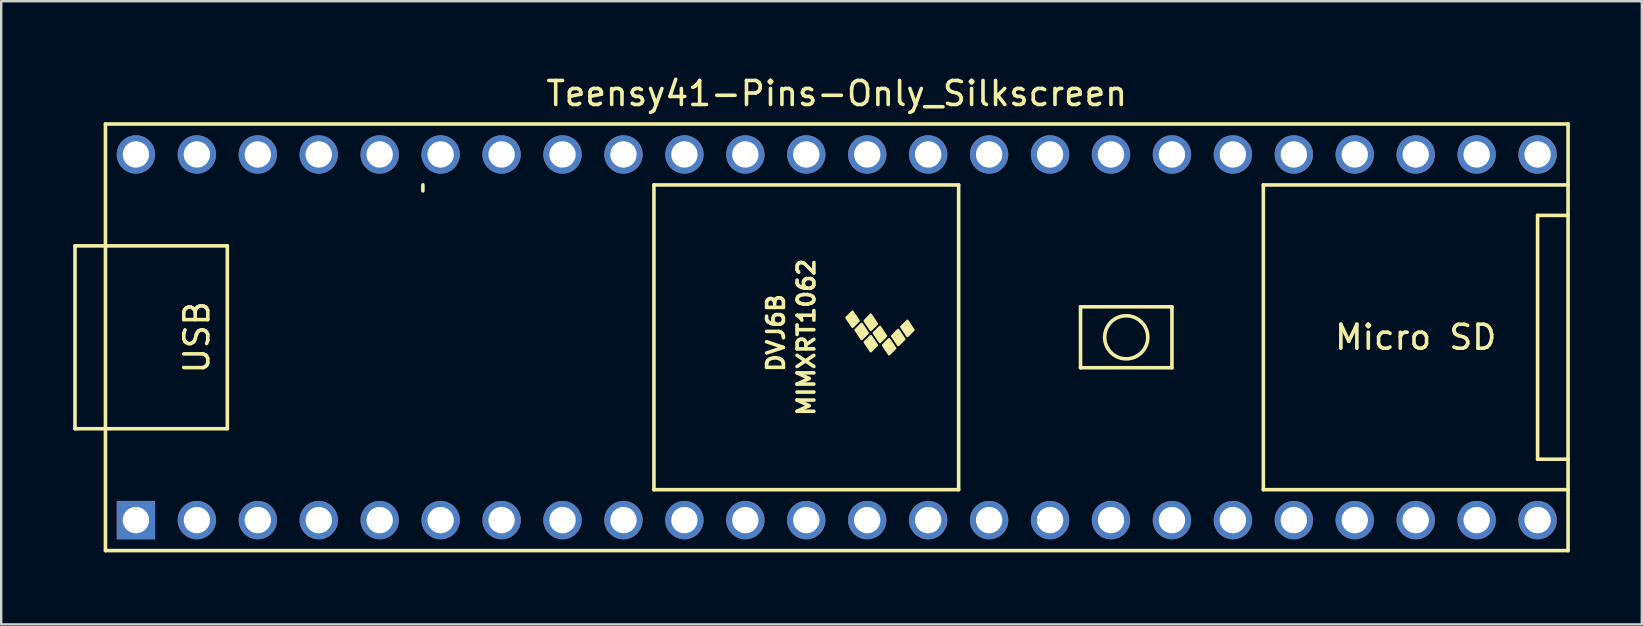
<source format=kicad_pcb>
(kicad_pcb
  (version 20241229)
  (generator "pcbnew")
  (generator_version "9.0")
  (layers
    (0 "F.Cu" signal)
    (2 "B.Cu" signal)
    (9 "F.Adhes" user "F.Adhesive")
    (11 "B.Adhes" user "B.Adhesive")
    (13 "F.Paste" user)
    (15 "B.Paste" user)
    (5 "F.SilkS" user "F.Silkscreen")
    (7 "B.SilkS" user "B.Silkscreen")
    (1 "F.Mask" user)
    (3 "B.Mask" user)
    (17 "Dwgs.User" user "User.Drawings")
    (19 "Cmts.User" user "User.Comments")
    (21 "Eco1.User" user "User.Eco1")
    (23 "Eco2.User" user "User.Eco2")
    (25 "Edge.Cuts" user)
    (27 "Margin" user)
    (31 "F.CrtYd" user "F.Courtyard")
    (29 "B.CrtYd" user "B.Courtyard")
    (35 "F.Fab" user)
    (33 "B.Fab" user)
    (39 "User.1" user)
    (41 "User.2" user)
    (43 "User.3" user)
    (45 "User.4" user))
  (footprint "Teensy41-Pins-Only_Silkscreen"
    (layer "F.Cu")
    (at 31.825 11.008)
    (property "Reference" "Teensy41-Pins-Only_Silkscreen" (at 0 -10.16 0) (layer "F.SilkS") (effects (font (size 1 1) (thickness 0.15))))
    (attr through_hole)
    (fp_line (start -31.75 -3.81) (end -30.48 -3.81) (stroke (width 0.15) (type solid)) (layer "F.SilkS"))
    (fp_line (start -31.75 3.81) (end -31.75 -3.81) (stroke (width 0.15) (type solid)) (layer "F.SilkS"))
    (fp_line (start -30.48 -8.89) (end 30.48 -8.89) (stroke (width 0.15) (type solid)) (layer "F.SilkS"))
    (fp_line (start -30.48 3.81) (end -31.75 3.81) (stroke (width 0.15) (type solid)) (layer "F.SilkS"))
    (fp_line (start -30.48 8.89) (end -30.48 -8.89) (stroke (width 0.15) (type solid)) (layer "F.SilkS"))
    (fp_line (start -25.4 -3.81) (end -30.48 -3.81) (stroke (width 0.15) (type solid)) (layer "F.SilkS"))
    (fp_line (start -25.4 3.81) (end -30.48 3.81) (stroke (width 0.15) (type solid)) (layer "F.SilkS"))
    (fp_line (start -25.4 3.81) (end -25.4 -3.81) (stroke (width 0.15) (type solid)) (layer "F.SilkS"))
    (fp_line (start -17.25 -6.352) (end -17.25 -6.102) (stroke (width 0.15) (type solid)) (layer "F.SilkS"))
    (fp_line (start -7.62 -6.35) (end -7.62 6.35) (stroke (width 0.15) (type solid)) (layer "F.SilkS"))
    (fp_line (start -7.62 6.35) (end 5.08 6.35) (stroke (width 0.15) (type solid)) (layer "F.SilkS"))
    (fp_line (start 5.08 -6.35) (end -7.62 -6.35) (stroke (width 0.15) (type solid)) (layer "F.SilkS"))
    (fp_line (start 5.08 6.35) (end 5.08 -6.35) (stroke (width 0.15) (type solid)) (layer "F.SilkS"))
    (fp_line (start 10.16 -1.27) (end 13.97 -1.27) (stroke (width 0.15) (type solid)) (layer "F.SilkS"))
    (fp_line (start 10.16 1.27) (end 10.16 -1.27) (stroke (width 0.15) (type solid)) (layer "F.SilkS"))
    (fp_line (start 13.97 -1.27) (end 13.97 1.27) (stroke (width 0.15) (type solid)) (layer "F.SilkS"))
    (fp_line (start 13.97 1.27) (end 10.16 1.27) (stroke (width 0.15) (type solid)) (layer "F.SilkS"))
    (fp_line (start 17.78 -6.35) (end 17.78 6.35) (stroke (width 0.15) (type solid)) (layer "F.SilkS"))
    (fp_line (start 17.78 6.35) (end 30.48 6.35) (stroke (width 0.15) (type solid)) (layer "F.SilkS"))
    (fp_line (start 29.21 -5.08) (end 29.21 5.08) (stroke (width 0.15) (type solid)) (layer "F.SilkS"))
    (fp_line (start 29.21 5.08) (end 30.48 5.08) (stroke (width 0.15) (type solid)) (layer "F.SilkS"))
    (fp_line (start 30.48 -8.89) (end 30.48 8.89) (stroke (width 0.15) (type solid)) (layer "F.SilkS"))
    (fp_line (start 30.48 -6.35) (end 17.78 -6.35) (stroke (width 0.15) (type solid)) (layer "F.SilkS"))
    (fp_line (start 30.48 -5.08) (end 29.21 -5.08) (stroke (width 0.15) (type solid)) (layer "F.SilkS"))
    (fp_line (start 30.48 8.89) (end -30.48 8.89) (stroke (width 0.15) (type solid)) (layer "F.SilkS"))
    (fp_circle (center 12.065 0) (end 12.7 -0.635) (stroke (width 0.15) (type solid)) (fill no) (layer "F.SilkS"))
    (fp_poly (pts (xy 0.911 -0.688) (xy 0.657 -0.434) (xy 0.403 -0.815) (xy 0.657 -1.069)) (stroke (width 0.1) (type solid)) (fill yes) (layer "F.SilkS"))
    (fp_poly (pts (xy 1.292 -0.18) (xy 1.038 0.074) (xy 0.784 -0.307) (xy 1.038 -0.561)) (stroke (width 0.1) (type solid)) (fill yes) (layer "F.SilkS"))
    (fp_poly (pts (xy 1.673 -0.561) (xy 1.419 -0.307) (xy 1.165 -0.688) (xy 1.419 -0.942)) (stroke (width 0.1) (type solid)) (fill yes) (layer "F.SilkS"))
    (fp_poly (pts (xy 1.673 0.328) (xy 1.419 0.582) (xy 1.165 0.201) (xy 1.419 -0.053)) (stroke (width 0.1) (type solid)) (fill yes) (layer "F.SilkS"))
    (fp_poly (pts (xy 2.054 -0.053) (xy 1.8 0.201) (xy 1.546 -0.18) (xy 1.8 -0.434)) (stroke (width 0.1) (type solid)) (fill yes) (layer "F.SilkS"))
    (fp_poly (pts (xy 2.435 0.455) (xy 2.181 0.709) (xy 1.927 0.328) (xy 2.181 0.074)) (stroke (width 0.1) (type solid)) (fill yes) (layer "F.SilkS"))
    (fp_poly (pts (xy 2.816 0.074) (xy 2.562 0.328) (xy 2.308 -0.053) (xy 2.562 -0.307)) (stroke (width 0.1) (type solid)) (fill yes) (layer "F.SilkS"))
    (fp_poly (pts (xy 3.197 -0.307) (xy 2.943 -0.053) (xy 2.689 -0.434) (xy 2.943 -0.688)) (stroke (width 0.1) (type solid)) (fill yes) (layer "F.SilkS"))
    (fp_text user "Micro SD" (at 24.13 0 0) (layer "F.SilkS") (effects (font (size 1 1) (thickness 0.15))))
    (fp_text user "DVJ6B" (at -2.54 -0.18 270) (layer "F.SilkS") (effects (font (size 0.7 0.7) (thickness 0.15))))
    (fp_text user "MIMXRT1062" (at -1.27 0 270) (layer "F.SilkS") (effects (font (size 0.7 0.7) (thickness 0.15))))
    (fp_text user "USB" (at -26.67 0 270) (layer "F.SilkS") (effects (font (size 1 1) (thickness 0.15))))
    (pad "1" thru_hole rect (at -29.21 7.62) (size 1.6 1.6) (drill 1.1) (layers "*.Cu" "*.Mask"))
    (pad "2" thru_hole circle (at -26.67 7.62) (size 1.6 1.6) (drill 1.1) (layers "*.Cu" "*.Mask"))
    (pad "3" thru_hole circle (at -24.13 7.62) (size 1.6 1.6) (drill 1.1) (layers "*.Cu" "*.Mask"))
    (pad "4" thru_hole circle (at -21.59 7.62) (size 1.6 1.6) (drill 1.1) (layers "*.Cu" "*.Mask"))
    (pad "5" thru_hole circle (at -19.05 7.62) (size 1.6 1.6) (drill 1.1) (layers "*.Cu" "*.Mask"))
    (pad "6" thru_hole circle (at -16.51 7.62) (size 1.6 1.6) (drill 1.1) (layers "*.Cu" "*.Mask"))
    (pad "7" thru_hole circle (at -13.97 7.62) (size 1.6 1.6) (drill 1.1) (layers "*.Cu" "*.Mask"))
    (pad "8" thru_hole circle (at -11.43 7.62) (size 1.6 1.6) (drill 1.1) (layers "*.Cu" "*.Mask"))
    (pad "9" thru_hole circle (at -8.89 7.62) (size 1.6 1.6) (drill 1.1) (layers "*.Cu" "*.Mask"))
    (pad "10" thru_hole circle (at -6.35 7.62) (size 1.6 1.6) (drill 1.1) (layers "*.Cu" "*.Mask"))
    (pad "11" thru_hole circle (at -3.81 7.62) (size 1.6 1.6) (drill 1.1) (layers "*.Cu" "*.Mask"))
    (pad "12" thru_hole circle (at -1.27 7.62) (size 1.6 1.6) (drill 1.1) (layers "*.Cu" "*.Mask"))
    (pad "13" thru_hole circle (at 1.27 7.62) (size 1.6 1.6) (drill 1.1) (layers "*.Cu" "*.Mask"))
    (pad "14" thru_hole circle (at 3.81 7.62) (size 1.6 1.6) (drill 1.1) (layers "*.Cu" "*.Mask"))
    (pad "15" thru_hole circle (at 6.35 7.62) (size 1.6 1.6) (drill 1.1) (layers "*.Cu" "*.Mask"))
    (pad "16" thru_hole circle (at 8.89 7.62) (size 1.6 1.6) (drill 1.1) (layers "*.Cu" "*.Mask"))
    (pad "17" thru_hole circle (at 11.43 7.62) (size 1.6 1.6) (drill 1.1) (layers "*.Cu" "*.Mask"))
    (pad "18" thru_hole circle (at 13.97 7.62) (size 1.6 1.6) (drill 1.1) (layers "*.Cu" "*.Mask"))
    (pad "19" thru_hole circle (at 16.51 7.62) (size 1.6 1.6) (drill 1.1) (layers "*.Cu" "*.Mask"))
    (pad "20" thru_hole circle (at 19.05 7.62) (size 1.6 1.6) (drill 1.1) (layers "*.Cu" "*.Mask"))
    (pad "21" thru_hole circle (at 21.59 7.62) (size 1.6 1.6) (drill 1.1) (layers "*.Cu" "*.Mask"))
    (pad "22" thru_hole circle (at 24.13 7.62) (size 1.6 1.6) (drill 1.1) (layers "*.Cu" "*.Mask"))
    (pad "23" thru_hole circle (at 26.67 7.62) (size 1.6 1.6) (drill 1.1) (layers "*.Cu" "*.Mask"))
    (pad "24" thru_hole circle (at 29.21 7.62) (size 1.6 1.6) (drill 1.1) (layers "*.Cu" "*.Mask"))
    (pad "25" thru_hole circle (at 29.21 -7.62) (size 1.6 1.6) (drill 1.1) (layers "*.Cu" "*.Mask"))
    (pad "26" thru_hole circle (at 26.67 -7.62) (size 1.6 1.6) (drill 1.1) (layers "*.Cu" "*.Mask"))
    (pad "27" thru_hole circle (at 24.13 -7.62) (size 1.6 1.6) (drill 1.1) (layers "*.Cu" "*.Mask"))
    (pad "28" thru_hole circle (at 21.59 -7.62) (size 1.6 1.6) (drill 1.1) (layers "*.Cu" "*.Mask"))
    (pad "29" thru_hole circle (at 19.05 -7.62) (size 1.6 1.6) (drill 1.1) (layers "*.Cu" "*.Mask"))
    (pad "30" thru_hole circle (at 16.51 -7.62) (size 1.6 1.6) (drill 1.1) (layers "*.Cu" "*.Mask"))
    (pad "31" thru_hole circle (at 13.97 -7.62) (size 1.6 1.6) (drill 1.1) (layers "*.Cu" "*.Mask"))
    (pad "32" thru_hole circle (at 11.43 -7.62) (size 1.6 1.6) (drill 1.1) (layers "*.Cu" "*.Mask"))
    (pad "33" thru_hole circle (at 8.89 -7.62) (size 1.6 1.6) (drill 1.1) (layers "*.Cu" "*.Mask"))
    (pad "34" thru_hole circle (at 6.35 -7.62) (size 1.6 1.6) (drill 1.1) (layers "*.Cu" "*.Mask"))
    (pad "35" thru_hole circle (at 3.81 -7.62) (size 1.6 1.6) (drill 1.1) (layers "*.Cu" "*.Mask"))
    (pad "36" thru_hole circle (at 1.27 -7.62) (size 1.6 1.6) (drill 1.1) (layers "*.Cu" "*.Mask"))
    (pad "37" thru_hole circle (at -1.27 -7.62) (size 1.6 1.6) (drill 1.1) (layers "*.Cu" "*.Mask"))
    (pad "38" thru_hole circle (at -3.81 -7.62) (size 1.6 1.6) (drill 1.1) (layers "*.Cu" "*.Mask"))
    (pad "39" thru_hole circle (at -6.35 -7.62) (size 1.6 1.6) (drill 1.1) (layers "*.Cu" "*.Mask"))
    (pad "40" thru_hole circle (at -8.89 -7.62) (size 1.6 1.6) (drill 1.1) (layers "*.Cu" "*.Mask"))
    (pad "41" thru_hole circle (at -11.43 -7.62) (size 1.6 1.6) (drill 1.1) (layers "*.Cu" "*.Mask"))
    (pad "42" thru_hole circle (at -13.97 -7.62) (size 1.6 1.6) (drill 1.1) (layers "*.Cu" "*.Mask"))
    (pad "43" thru_hole circle (at -16.51 -7.62) (size 1.6 1.6) (drill 1.1) (layers "*.Cu" "*.Mask"))
    (pad "44" thru_hole circle (at -19.05 -7.62) (size 1.6 1.6) (drill 1.1) (layers "*.Cu" "*.Mask"))
    (pad "45" thru_hole circle (at -21.59 -7.62) (size 1.6 1.6) (drill 1.1) (layers "*.Cu" "*.Mask"))
    (pad "46" thru_hole circle (at -24.13 -7.62) (size 1.6 1.6) (drill 1.1) (layers "*.Cu" "*.Mask"))
    (pad "47" thru_hole circle (at -26.67 -7.62) (size 1.6 1.6) (drill 1.1) (layers "*.Cu" "*.Mask"))
    (pad "48" thru_hole circle (at -29.21 -7.62) (size 1.6 1.6) (drill 1.1) (layers "*.Cu" "*.Mask")))
  (gr_rect
    (start -3 -3)
    (end 65.38 22.973)
    (stroke (width 0.1) (type default))
    (fill no)
    (layer "Edge.Cuts")))
</source>
